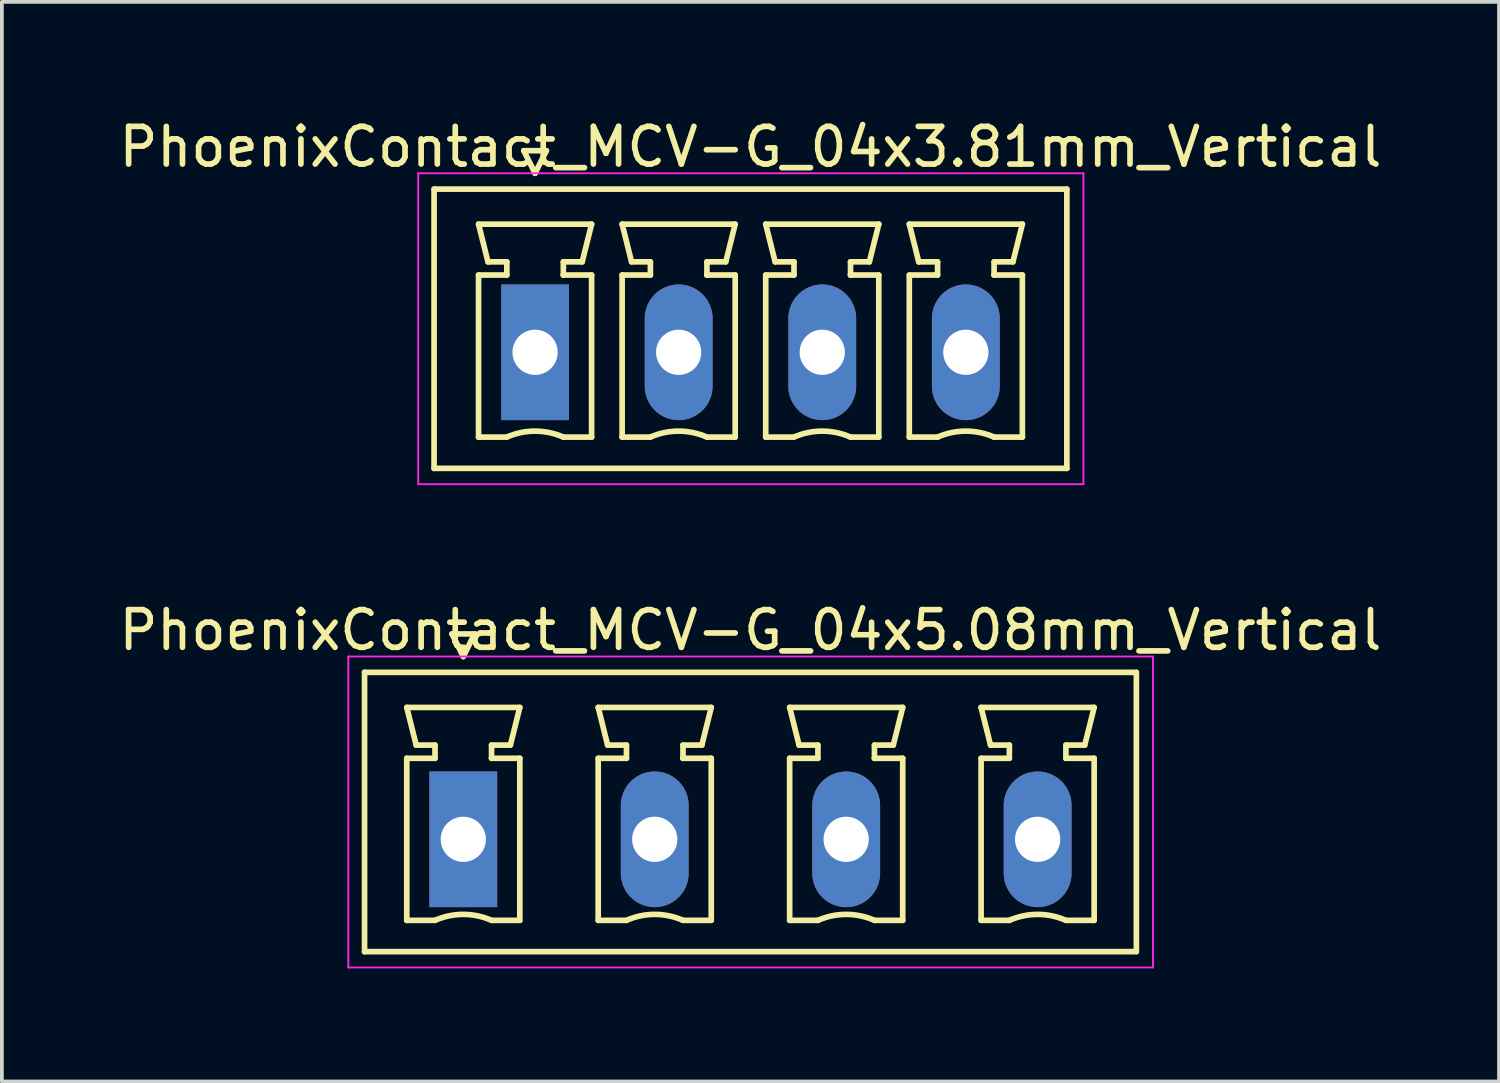
<source format=kicad_pcb>
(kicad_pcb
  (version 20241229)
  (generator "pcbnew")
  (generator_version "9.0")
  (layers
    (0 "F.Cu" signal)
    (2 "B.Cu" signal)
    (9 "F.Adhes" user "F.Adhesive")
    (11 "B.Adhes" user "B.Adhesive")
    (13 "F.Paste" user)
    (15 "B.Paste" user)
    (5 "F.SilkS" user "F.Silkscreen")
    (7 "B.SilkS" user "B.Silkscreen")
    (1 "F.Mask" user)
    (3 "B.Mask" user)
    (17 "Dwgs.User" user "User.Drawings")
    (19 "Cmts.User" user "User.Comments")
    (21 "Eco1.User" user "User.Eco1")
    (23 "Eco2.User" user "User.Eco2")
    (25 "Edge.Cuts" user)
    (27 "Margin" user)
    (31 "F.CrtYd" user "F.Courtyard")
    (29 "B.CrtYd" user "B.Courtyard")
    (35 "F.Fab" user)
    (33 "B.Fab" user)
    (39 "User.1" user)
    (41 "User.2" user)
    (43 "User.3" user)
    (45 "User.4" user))
  (footprint "PhoenixContact_MCV-G_04x3.81mm_Vertical"
    (layer "F.Cu")
    (at 11.148 6.298)
    (property "Reference" "PhoenixContact_MCV-G_04x3.81mm_Vertical" (at 5.715 -5.45 0) (layer "F.SilkS") (effects (font (size 1 1) (thickness 0.15))))
    (attr through_hole)
    (fp_line (start -2.68 -4.33) (end -2.68 3.08) (stroke (width 0.15) (type solid)) (layer "F.SilkS"))
    (fp_line (start -2.68 3.08) (end 14.11 3.08) (stroke (width 0.15) (type solid)) (layer "F.SilkS"))
    (fp_line (start -1.5 -3.4) (end 1.5 -3.4) (stroke (width 0.15) (type solid)) (layer "F.SilkS"))
    (fp_line (start -1.5 -2.05) (end -0.75 -2.05) (stroke (width 0.15) (type solid)) (layer "F.SilkS"))
    (fp_line (start -1.5 2.25) (end -1.5 -2.05) (stroke (width 0.15) (type solid)) (layer "F.SilkS"))
    (fp_line (start -1.25 -2.4) (end -1.5 -3.4) (stroke (width 0.15) (type solid)) (layer "F.SilkS"))
    (fp_line (start -0.75 -2.4) (end -1.25 -2.4) (stroke (width 0.15) (type solid)) (layer "F.SilkS"))
    (fp_line (start -0.75 -2.05) (end -0.75 -2.4) (stroke (width 0.15) (type solid)) (layer "F.SilkS"))
    (fp_line (start -0.75 2.25) (end -1.5 2.25) (stroke (width 0.15) (type solid)) (layer "F.SilkS"))
    (fp_line (start -0.3 -5.35) (end 0 -4.75) (stroke (width 0.15) (type solid)) (layer "F.SilkS"))
    (fp_line (start 0 -4.75) (end 0.3 -5.35) (stroke (width 0.15) (type solid)) (layer "F.SilkS"))
    (fp_line (start 0.3 -5.35) (end -0.3 -5.35) (stroke (width 0.15) (type solid)) (layer "F.SilkS"))
    (fp_line (start 0.75 -2.4) (end 0.75 -2.05) (stroke (width 0.15) (type solid)) (layer "F.SilkS"))
    (fp_line (start 0.75 -2.05) (end 0.75 -2.05) (stroke (width 0.15) (type solid)) (layer "F.SilkS"))
    (fp_line (start 0.75 -2.05) (end 1.5 -2.05) (stroke (width 0.15) (type solid)) (layer "F.SilkS"))
    (fp_line (start 1.25 -2.4) (end 0.75 -2.4) (stroke (width 0.15) (type solid)) (layer "F.SilkS"))
    (fp_line (start 1.5 -3.4) (end 1.25 -2.4) (stroke (width 0.15) (type solid)) (layer "F.SilkS"))
    (fp_line (start 1.5 -2.05) (end 1.5 2.25) (stroke (width 0.15) (type solid)) (layer "F.SilkS"))
    (fp_line (start 1.5 2.25) (end 0.75 2.25) (stroke (width 0.15) (type solid)) (layer "F.SilkS"))
    (fp_line (start 2.31 -3.4) (end 5.31 -3.4) (stroke (width 0.15) (type solid)) (layer "F.SilkS"))
    (fp_line (start 2.31 -2.05) (end 3.06 -2.05) (stroke (width 0.15) (type solid)) (layer "F.SilkS"))
    (fp_line (start 2.31 2.25) (end 2.31 -2.05) (stroke (width 0.15) (type solid)) (layer "F.SilkS"))
    (fp_line (start 2.56 -2.4) (end 2.31 -3.4) (stroke (width 0.15) (type solid)) (layer "F.SilkS"))
    (fp_line (start 3.06 -2.4) (end 2.56 -2.4) (stroke (width 0.15) (type solid)) (layer "F.SilkS"))
    (fp_line (start 3.06 -2.05) (end 3.06 -2.4) (stroke (width 0.15) (type solid)) (layer "F.SilkS"))
    (fp_line (start 3.06 2.25) (end 2.31 2.25) (stroke (width 0.15) (type solid)) (layer "F.SilkS"))
    (fp_line (start 4.56 -2.4) (end 4.56 -2.05) (stroke (width 0.15) (type solid)) (layer "F.SilkS"))
    (fp_line (start 4.56 -2.05) (end 4.56 -2.05) (stroke (width 0.15) (type solid)) (layer "F.SilkS"))
    (fp_line (start 4.56 -2.05) (end 5.31 -2.05) (stroke (width 0.15) (type solid)) (layer "F.SilkS"))
    (fp_line (start 5.06 -2.4) (end 4.56 -2.4) (stroke (width 0.15) (type solid)) (layer "F.SilkS"))
    (fp_line (start 5.31 -3.4) (end 5.06 -2.4) (stroke (width 0.15) (type solid)) (layer "F.SilkS"))
    (fp_line (start 5.31 -2.05) (end 5.31 2.25) (stroke (width 0.15) (type solid)) (layer "F.SilkS"))
    (fp_line (start 5.31 2.25) (end 4.56 2.25) (stroke (width 0.15) (type solid)) (layer "F.SilkS"))
    (fp_line (start 6.12 -3.4) (end 9.12 -3.4) (stroke (width 0.15) (type solid)) (layer "F.SilkS"))
    (fp_line (start 6.12 -2.05) (end 6.87 -2.05) (stroke (width 0.15) (type solid)) (layer "F.SilkS"))
    (fp_line (start 6.12 2.25) (end 6.12 -2.05) (stroke (width 0.15) (type solid)) (layer "F.SilkS"))
    (fp_line (start 6.37 -2.4) (end 6.12 -3.4) (stroke (width 0.15) (type solid)) (layer "F.SilkS"))
    (fp_line (start 6.87 -2.4) (end 6.37 -2.4) (stroke (width 0.15) (type solid)) (layer "F.SilkS"))
    (fp_line (start 6.87 -2.05) (end 6.87 -2.4) (stroke (width 0.15) (type solid)) (layer "F.SilkS"))
    (fp_line (start 6.87 2.25) (end 6.12 2.25) (stroke (width 0.15) (type solid)) (layer "F.SilkS"))
    (fp_line (start 8.37 -2.4) (end 8.37 -2.05) (stroke (width 0.15) (type solid)) (layer "F.SilkS"))
    (fp_line (start 8.37 -2.05) (end 8.37 -2.05) (stroke (width 0.15) (type solid)) (layer "F.SilkS"))
    (fp_line (start 8.37 -2.05) (end 9.12 -2.05) (stroke (width 0.15) (type solid)) (layer "F.SilkS"))
    (fp_line (start 8.87 -2.4) (end 8.37 -2.4) (stroke (width 0.15) (type solid)) (layer "F.SilkS"))
    (fp_line (start 9.12 -3.4) (end 8.87 -2.4) (stroke (width 0.15) (type solid)) (layer "F.SilkS"))
    (fp_line (start 9.12 -2.05) (end 9.12 2.25) (stroke (width 0.15) (type solid)) (layer "F.SilkS"))
    (fp_line (start 9.12 2.25) (end 8.37 2.25) (stroke (width 0.15) (type solid)) (layer "F.SilkS"))
    (fp_line (start 9.93 -3.4) (end 12.93 -3.4) (stroke (width 0.15) (type solid)) (layer "F.SilkS"))
    (fp_line (start 9.93 -2.05) (end 10.68 -2.05) (stroke (width 0.15) (type solid)) (layer "F.SilkS"))
    (fp_line (start 9.93 2.25) (end 9.93 -2.05) (stroke (width 0.15) (type solid)) (layer "F.SilkS"))
    (fp_line (start 10.18 -2.4) (end 9.93 -3.4) (stroke (width 0.15) (type solid)) (layer "F.SilkS"))
    (fp_line (start 10.68 -2.4) (end 10.18 -2.4) (stroke (width 0.15) (type solid)) (layer "F.SilkS"))
    (fp_line (start 10.68 -2.05) (end 10.68 -2.4) (stroke (width 0.15) (type solid)) (layer "F.SilkS"))
    (fp_line (start 10.68 2.25) (end 9.93 2.25) (stroke (width 0.15) (type solid)) (layer "F.SilkS"))
    (fp_line (start 12.18 -2.4) (end 12.18 -2.05) (stroke (width 0.15) (type solid)) (layer "F.SilkS"))
    (fp_line (start 12.18 -2.05) (end 12.18 -2.05) (stroke (width 0.15) (type solid)) (layer "F.SilkS"))
    (fp_line (start 12.18 -2.05) (end 12.93 -2.05) (stroke (width 0.15) (type solid)) (layer "F.SilkS"))
    (fp_line (start 12.68 -2.4) (end 12.18 -2.4) (stroke (width 0.15) (type solid)) (layer "F.SilkS"))
    (fp_line (start 12.93 -3.4) (end 12.68 -2.4) (stroke (width 0.15) (type solid)) (layer "F.SilkS"))
    (fp_line (start 12.93 -2.05) (end 12.93 2.25) (stroke (width 0.15) (type solid)) (layer "F.SilkS"))
    (fp_line (start 12.93 2.25) (end 12.18 2.25) (stroke (width 0.15) (type solid)) (layer "F.SilkS"))
    (fp_line (start 14.11 -4.33) (end -2.68 -4.33) (stroke (width 0.15) (type solid)) (layer "F.SilkS"))
    (fp_line (start 14.11 3.08) (end 14.11 -4.33) (stroke (width 0.15) (type solid)) (layer "F.SilkS"))
    (fp_arc (start -0.75 2.25) (mid -0.000193 2.09191) (end 0.749647 2.249844) (stroke (width 0.15) (type solid)) (layer "F.SilkS"))
    (fp_arc (start 3.06 2.25) (mid 3.809807 2.09191) (end 4.559647 2.249844) (stroke (width 0.15) (type solid)) (layer "F.SilkS"))
    (fp_arc (start 6.87 2.25) (mid 7.619807 2.09191) (end 8.369647 2.249844) (stroke (width 0.15) (type solid)) (layer "F.SilkS"))
    (fp_arc (start 10.68 2.25) (mid 11.429807 2.09191) (end 12.179647 2.249844) (stroke (width 0.15) (type solid)) (layer "F.SilkS"))
    (fp_line (start -3.1 -4.75) (end -3.1 3.5) (stroke (width 0.05) (type solid)) (layer "F.CrtYd"))
    (fp_line (start -3.1 3.5) (end 14.55 3.5) (stroke (width 0.05) (type solid)) (layer "F.CrtYd"))
    (fp_line (start 14.55 -4.75) (end -3.1 -4.75) (stroke (width 0.05) (type solid)) (layer "F.CrtYd"))
    (fp_line (start 14.55 3.5) (end 14.55 -4.75) (stroke (width 0.05) (type solid)) (layer "F.CrtYd"))
    (pad "1" thru_hole rect (at 0 0) (size 1.8 3.6) (drill 1.2) (layers "*.Cu" "*.Mask"))
    (pad "2" thru_hole oval (at 3.81 0) (size 1.8 3.6) (drill 1.2) (layers "*.Cu" "*.Mask"))
    (pad "3" thru_hole oval (at 7.62 0) (size 1.8 3.6) (drill 1.2) (layers "*.Cu" "*.Mask"))
    (pad "4" thru_hole oval (at 11.43 0) (size 1.8 3.6) (drill 1.2) (layers "*.Cu" "*.Mask")))
  (footprint "PhoenixContact_MCV-G_04x5.08mm_Vertical"
    (layer "F.Cu")
    (at 9.243 19.221)
    (property "Reference" "PhoenixContact_MCV-G_04x5.08mm_Vertical" (at 7.62 -5.55 0) (layer "F.SilkS") (effects (font (size 1 1) (thickness 0.15))))
    (attr through_hole)
    (fp_line (start -2.62 -4.43) (end -2.62 2.98) (stroke (width 0.15) (type solid)) (layer "F.SilkS"))
    (fp_line (start -2.62 2.98) (end 17.86 2.98) (stroke (width 0.15) (type solid)) (layer "F.SilkS"))
    (fp_line (start -1.5 -3.5) (end 1.5 -3.5) (stroke (width 0.15) (type solid)) (layer "F.SilkS"))
    (fp_line (start -1.5 -2.15) (end -0.75 -2.15) (stroke (width 0.15) (type solid)) (layer "F.SilkS"))
    (fp_line (start -1.5 2.15) (end -1.5 -2.15) (stroke (width 0.15) (type solid)) (layer "F.SilkS"))
    (fp_line (start -1.25 -2.5) (end -1.5 -3.5) (stroke (width 0.15) (type solid)) (layer "F.SilkS"))
    (fp_line (start -0.75 -2.5) (end -1.25 -2.5) (stroke (width 0.15) (type solid)) (layer "F.SilkS"))
    (fp_line (start -0.75 -2.15) (end -0.75 -2.5) (stroke (width 0.15) (type solid)) (layer "F.SilkS"))
    (fp_line (start -0.75 2.15) (end -1.5 2.15) (stroke (width 0.15) (type solid)) (layer "F.SilkS"))
    (fp_line (start -0.3 -5.45) (end 0 -4.85) (stroke (width 0.15) (type solid)) (layer "F.SilkS"))
    (fp_line (start 0 -4.85) (end 0.3 -5.45) (stroke (width 0.15) (type solid)) (layer "F.SilkS"))
    (fp_line (start 0.3 -5.45) (end -0.3 -5.45) (stroke (width 0.15) (type solid)) (layer "F.SilkS"))
    (fp_line (start 0.75 -2.5) (end 0.75 -2.15) (stroke (width 0.15) (type solid)) (layer "F.SilkS"))
    (fp_line (start 0.75 -2.15) (end 0.75 -2.15) (stroke (width 0.15) (type solid)) (layer "F.SilkS"))
    (fp_line (start 0.75 -2.15) (end 1.5 -2.15) (stroke (width 0.15) (type solid)) (layer "F.SilkS"))
    (fp_line (start 1.25 -2.5) (end 0.75 -2.5) (stroke (width 0.15) (type solid)) (layer "F.SilkS"))
    (fp_line (start 1.5 -3.5) (end 1.25 -2.5) (stroke (width 0.15) (type solid)) (layer "F.SilkS"))
    (fp_line (start 1.5 -2.15) (end 1.5 2.15) (stroke (width 0.15) (type solid)) (layer "F.SilkS"))
    (fp_line (start 1.5 2.15) (end 0.75 2.15) (stroke (width 0.15) (type solid)) (layer "F.SilkS"))
    (fp_line (start 3.58 -3.5) (end 6.58 -3.5) (stroke (width 0.15) (type solid)) (layer "F.SilkS"))
    (fp_line (start 3.58 -2.15) (end 4.33 -2.15) (stroke (width 0.15) (type solid)) (layer "F.SilkS"))
    (fp_line (start 3.58 2.15) (end 3.58 -2.15) (stroke (width 0.15) (type solid)) (layer "F.SilkS"))
    (fp_line (start 3.83 -2.5) (end 3.58 -3.5) (stroke (width 0.15) (type solid)) (layer "F.SilkS"))
    (fp_line (start 4.33 -2.5) (end 3.83 -2.5) (stroke (width 0.15) (type solid)) (layer "F.SilkS"))
    (fp_line (start 4.33 -2.15) (end 4.33 -2.5) (stroke (width 0.15) (type solid)) (layer "F.SilkS"))
    (fp_line (start 4.33 2.15) (end 3.58 2.15) (stroke (width 0.15) (type solid)) (layer "F.SilkS"))
    (fp_line (start 5.83 -2.5) (end 5.83 -2.15) (stroke (width 0.15) (type solid)) (layer "F.SilkS"))
    (fp_line (start 5.83 -2.15) (end 5.83 -2.15) (stroke (width 0.15) (type solid)) (layer "F.SilkS"))
    (fp_line (start 5.83 -2.15) (end 6.58 -2.15) (stroke (width 0.15) (type solid)) (layer "F.SilkS"))
    (fp_line (start 6.33 -2.5) (end 5.83 -2.5) (stroke (width 0.15) (type solid)) (layer "F.SilkS"))
    (fp_line (start 6.58 -3.5) (end 6.33 -2.5) (stroke (width 0.15) (type solid)) (layer "F.SilkS"))
    (fp_line (start 6.58 -2.15) (end 6.58 2.15) (stroke (width 0.15) (type solid)) (layer "F.SilkS"))
    (fp_line (start 6.58 2.15) (end 5.83 2.15) (stroke (width 0.15) (type solid)) (layer "F.SilkS"))
    (fp_line (start 8.66 -3.5) (end 11.66 -3.5) (stroke (width 0.15) (type solid)) (layer "F.SilkS"))
    (fp_line (start 8.66 -2.15) (end 9.41 -2.15) (stroke (width 0.15) (type solid)) (layer "F.SilkS"))
    (fp_line (start 8.66 2.15) (end 8.66 -2.15) (stroke (width 0.15) (type solid)) (layer "F.SilkS"))
    (fp_line (start 8.91 -2.5) (end 8.66 -3.5) (stroke (width 0.15) (type solid)) (layer "F.SilkS"))
    (fp_line (start 9.41 -2.5) (end 8.91 -2.5) (stroke (width 0.15) (type solid)) (layer "F.SilkS"))
    (fp_line (start 9.41 -2.15) (end 9.41 -2.5) (stroke (width 0.15) (type solid)) (layer "F.SilkS"))
    (fp_line (start 9.41 2.15) (end 8.66 2.15) (stroke (width 0.15) (type solid)) (layer "F.SilkS"))
    (fp_line (start 10.91 -2.5) (end 10.91 -2.15) (stroke (width 0.15) (type solid)) (layer "F.SilkS"))
    (fp_line (start 10.91 -2.15) (end 10.91 -2.15) (stroke (width 0.15) (type solid)) (layer "F.SilkS"))
    (fp_line (start 10.91 -2.15) (end 11.66 -2.15) (stroke (width 0.15) (type solid)) (layer "F.SilkS"))
    (fp_line (start 11.41 -2.5) (end 10.91 -2.5) (stroke (width 0.15) (type solid)) (layer "F.SilkS"))
    (fp_line (start 11.66 -3.5) (end 11.41 -2.5) (stroke (width 0.15) (type solid)) (layer "F.SilkS"))
    (fp_line (start 11.66 -2.15) (end 11.66 2.15) (stroke (width 0.15) (type solid)) (layer "F.SilkS"))
    (fp_line (start 11.66 2.15) (end 10.91 2.15) (stroke (width 0.15) (type solid)) (layer "F.SilkS"))
    (fp_line (start 13.74 -3.5) (end 16.74 -3.5) (stroke (width 0.15) (type solid)) (layer "F.SilkS"))
    (fp_line (start 13.74 -2.15) (end 14.49 -2.15) (stroke (width 0.15) (type solid)) (layer "F.SilkS"))
    (fp_line (start 13.74 2.15) (end 13.74 -2.15) (stroke (width 0.15) (type solid)) (layer "F.SilkS"))
    (fp_line (start 13.99 -2.5) (end 13.74 -3.5) (stroke (width 0.15) (type solid)) (layer "F.SilkS"))
    (fp_line (start 14.49 -2.5) (end 13.99 -2.5) (stroke (width 0.15) (type solid)) (layer "F.SilkS"))
    (fp_line (start 14.49 -2.15) (end 14.49 -2.5) (stroke (width 0.15) (type solid)) (layer "F.SilkS"))
    (fp_line (start 14.49 2.15) (end 13.74 2.15) (stroke (width 0.15) (type solid)) (layer "F.SilkS"))
    (fp_line (start 15.99 -2.5) (end 15.99 -2.15) (stroke (width 0.15) (type solid)) (layer "F.SilkS"))
    (fp_line (start 15.99 -2.15) (end 15.99 -2.15) (stroke (width 0.15) (type solid)) (layer "F.SilkS"))
    (fp_line (start 15.99 -2.15) (end 16.74 -2.15) (stroke (width 0.15) (type solid)) (layer "F.SilkS"))
    (fp_line (start 16.49 -2.5) (end 15.99 -2.5) (stroke (width 0.15) (type solid)) (layer "F.SilkS"))
    (fp_line (start 16.74 -3.5) (end 16.49 -2.5) (stroke (width 0.15) (type solid)) (layer "F.SilkS"))
    (fp_line (start 16.74 -2.15) (end 16.74 2.15) (stroke (width 0.15) (type solid)) (layer "F.SilkS"))
    (fp_line (start 16.74 2.15) (end 15.99 2.15) (stroke (width 0.15) (type solid)) (layer "F.SilkS"))
    (fp_line (start 17.86 -4.43) (end -2.62 -4.43) (stroke (width 0.15) (type solid)) (layer "F.SilkS"))
    (fp_line (start 17.86 2.98) (end 17.86 -4.43) (stroke (width 0.15) (type solid)) (layer "F.SilkS"))
    (fp_arc (start -0.75 2.15) (mid -0.000193 1.99191) (end 0.749647 2.149844) (stroke (width 0.15) (type solid)) (layer "F.SilkS"))
    (fp_arc (start 4.33 2.15) (mid 5.079807 1.99191) (end 5.829647 2.149844) (stroke (width 0.15) (type solid)) (layer "F.SilkS"))
    (fp_arc (start 9.41 2.15) (mid 10.159807 1.99191) (end 10.909647 2.149844) (stroke (width 0.15) (type solid)) (layer "F.SilkS"))
    (fp_arc (start 14.49 2.15) (mid 15.239807 1.99191) (end 15.989647 2.149844) (stroke (width 0.15) (type solid)) (layer "F.SilkS"))
    (fp_line (start -3.05 -4.85) (end -3.05 3.4) (stroke (width 0.05) (type solid)) (layer "F.CrtYd"))
    (fp_line (start -3.05 3.4) (end 18.3 3.4) (stroke (width 0.05) (type solid)) (layer "F.CrtYd"))
    (fp_line (start 18.3 -4.85) (end -3.05 -4.85) (stroke (width 0.05) (type solid)) (layer "F.CrtYd"))
    (fp_line (start 18.3 3.4) (end 18.3 -4.85) (stroke (width 0.05) (type solid)) (layer "F.CrtYd"))
    (pad "1" thru_hole rect (at 0 0) (size 1.8 3.6) (drill 1.2) (layers "*.Cu" "*.Mask"))
    (pad "2" thru_hole oval (at 5.08 0) (size 1.8 3.6) (drill 1.2) (layers "*.Cu" "*.Mask"))
    (pad "3" thru_hole oval (at 10.16 0) (size 1.8 3.6) (drill 1.2) (layers "*.Cu" "*.Mask"))
    (pad "4" thru_hole oval (at 15.24 0) (size 1.8 3.6) (drill 1.2) (layers "*.Cu" "*.Mask")))
  (gr_rect
    (start -3 -3)
    (end 36.726 25.646)
    (stroke (width 0.1) (type default))
    (fill no)
    (layer "Edge.Cuts")))
</source>
